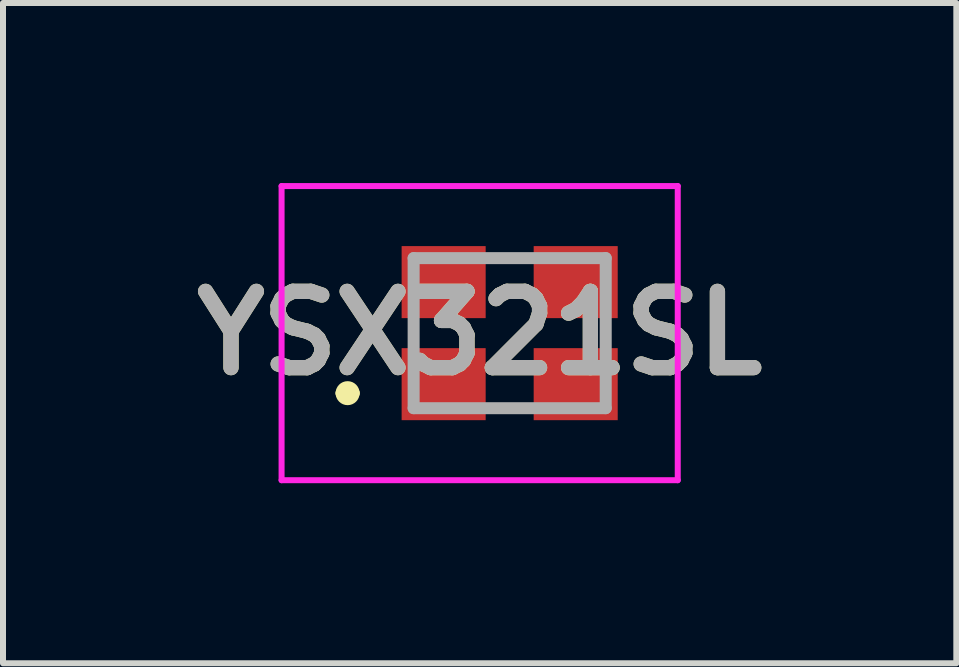
<source format=kicad_pcb>
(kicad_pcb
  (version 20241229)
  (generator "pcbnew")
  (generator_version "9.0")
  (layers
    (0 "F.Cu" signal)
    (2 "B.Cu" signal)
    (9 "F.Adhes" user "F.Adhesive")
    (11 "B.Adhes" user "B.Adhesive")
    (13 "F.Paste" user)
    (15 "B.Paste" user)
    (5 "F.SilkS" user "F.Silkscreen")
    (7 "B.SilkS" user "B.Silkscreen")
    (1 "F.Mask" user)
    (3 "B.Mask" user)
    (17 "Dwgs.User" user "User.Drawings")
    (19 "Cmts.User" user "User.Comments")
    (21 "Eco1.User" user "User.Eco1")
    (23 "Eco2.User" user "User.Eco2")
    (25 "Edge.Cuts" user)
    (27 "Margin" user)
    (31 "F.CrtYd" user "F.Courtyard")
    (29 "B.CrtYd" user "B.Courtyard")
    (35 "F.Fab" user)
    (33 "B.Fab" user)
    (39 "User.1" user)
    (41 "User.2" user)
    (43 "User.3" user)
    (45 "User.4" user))
  (footprint "YSX321SL"
    (layer "F.Cu")
    (at 5.441 2.5)
    (property "Reference" "YSX321SL" (at -0.5 0 0) (layer "F.SilkS") (effects (font (size 1.27 1.27) (thickness 0.254))))
    (attr smd)
    (fp_line (start -2.8 1) (end -2.8 1) (stroke (width 0.2) (type solid)) (layer "F.SilkS"))
    (fp_line (start -2.6 1) (end -2.6 1) (stroke (width 0.2) (type solid)) (layer "F.SilkS"))
    (fp_arc (start -2.8 1) (mid -2.7 0.9) (end -2.6 1) (stroke (width 0.2) (type solid)) (layer "F.SilkS"))
    (fp_arc (start -2.6 1) (mid -2.7 1.1) (end -2.8 1) (stroke (width 0.2) (type solid)) (layer "F.SilkS"))
    (fp_line (start -3.8 -2.45) (end 2.8 -2.45) (stroke (width 0.1) (type solid)) (layer "F.CrtYd"))
    (fp_line (start -3.8 2.45) (end -3.8 -2.45) (stroke (width 0.1) (type solid)) (layer "F.CrtYd"))
    (fp_line (start 2.8 -2.45) (end 2.8 2.45) (stroke (width 0.1) (type solid)) (layer "F.CrtYd"))
    (fp_line (start 2.8 2.45) (end -3.8 2.45) (stroke (width 0.1) (type solid)) (layer "F.CrtYd"))
    (fp_line (start -1.6 -1.25) (end 1.6 -1.25) (stroke (width 0.2) (type solid)) (layer "F.Fab"))
    (fp_line (start -1.6 1.25) (end -1.6 -1.25) (stroke (width 0.2) (type solid)) (layer "F.Fab"))
    (fp_line (start 1.6 -1.25) (end 1.6 1.25) (stroke (width 0.2) (type solid)) (layer "F.Fab"))
    (fp_line (start 1.6 1.25) (end -1.6 1.25) (stroke (width 0.2) (type solid)) (layer "F.Fab"))
    (fp_text user "${REFERENCE}" (at -0.5 0 0) (layer "F.Fab") (effects (font (size 1.27 1.27) (thickness 0.254))))
    (pad "1" smd rect (at -1.1 0.85 90) (size 1.2 1.4) (layers "F.Cu" "F.Mask" "F.Paste"))
    (pad "2" smd rect (at 1.1 0.85 90) (size 1.2 1.4) (layers "F.Cu" "F.Mask" "F.Paste"))
    (pad "3" smd rect (at 1.1 -0.85 90) (size 1.2 1.4) (layers "F.Cu" "F.Mask" "F.Paste"))
    (pad "4" smd rect (at -1.1 -0.85 90) (size 1.2 1.4) (layers "F.Cu" "F.Mask" "F.Paste")))
  (gr_rect
    (start -3 -3)
    (end 12.882 8)
    (stroke (width 0.1) (type default))
    (fill no)
    (layer "Edge.Cuts")))
</source>
